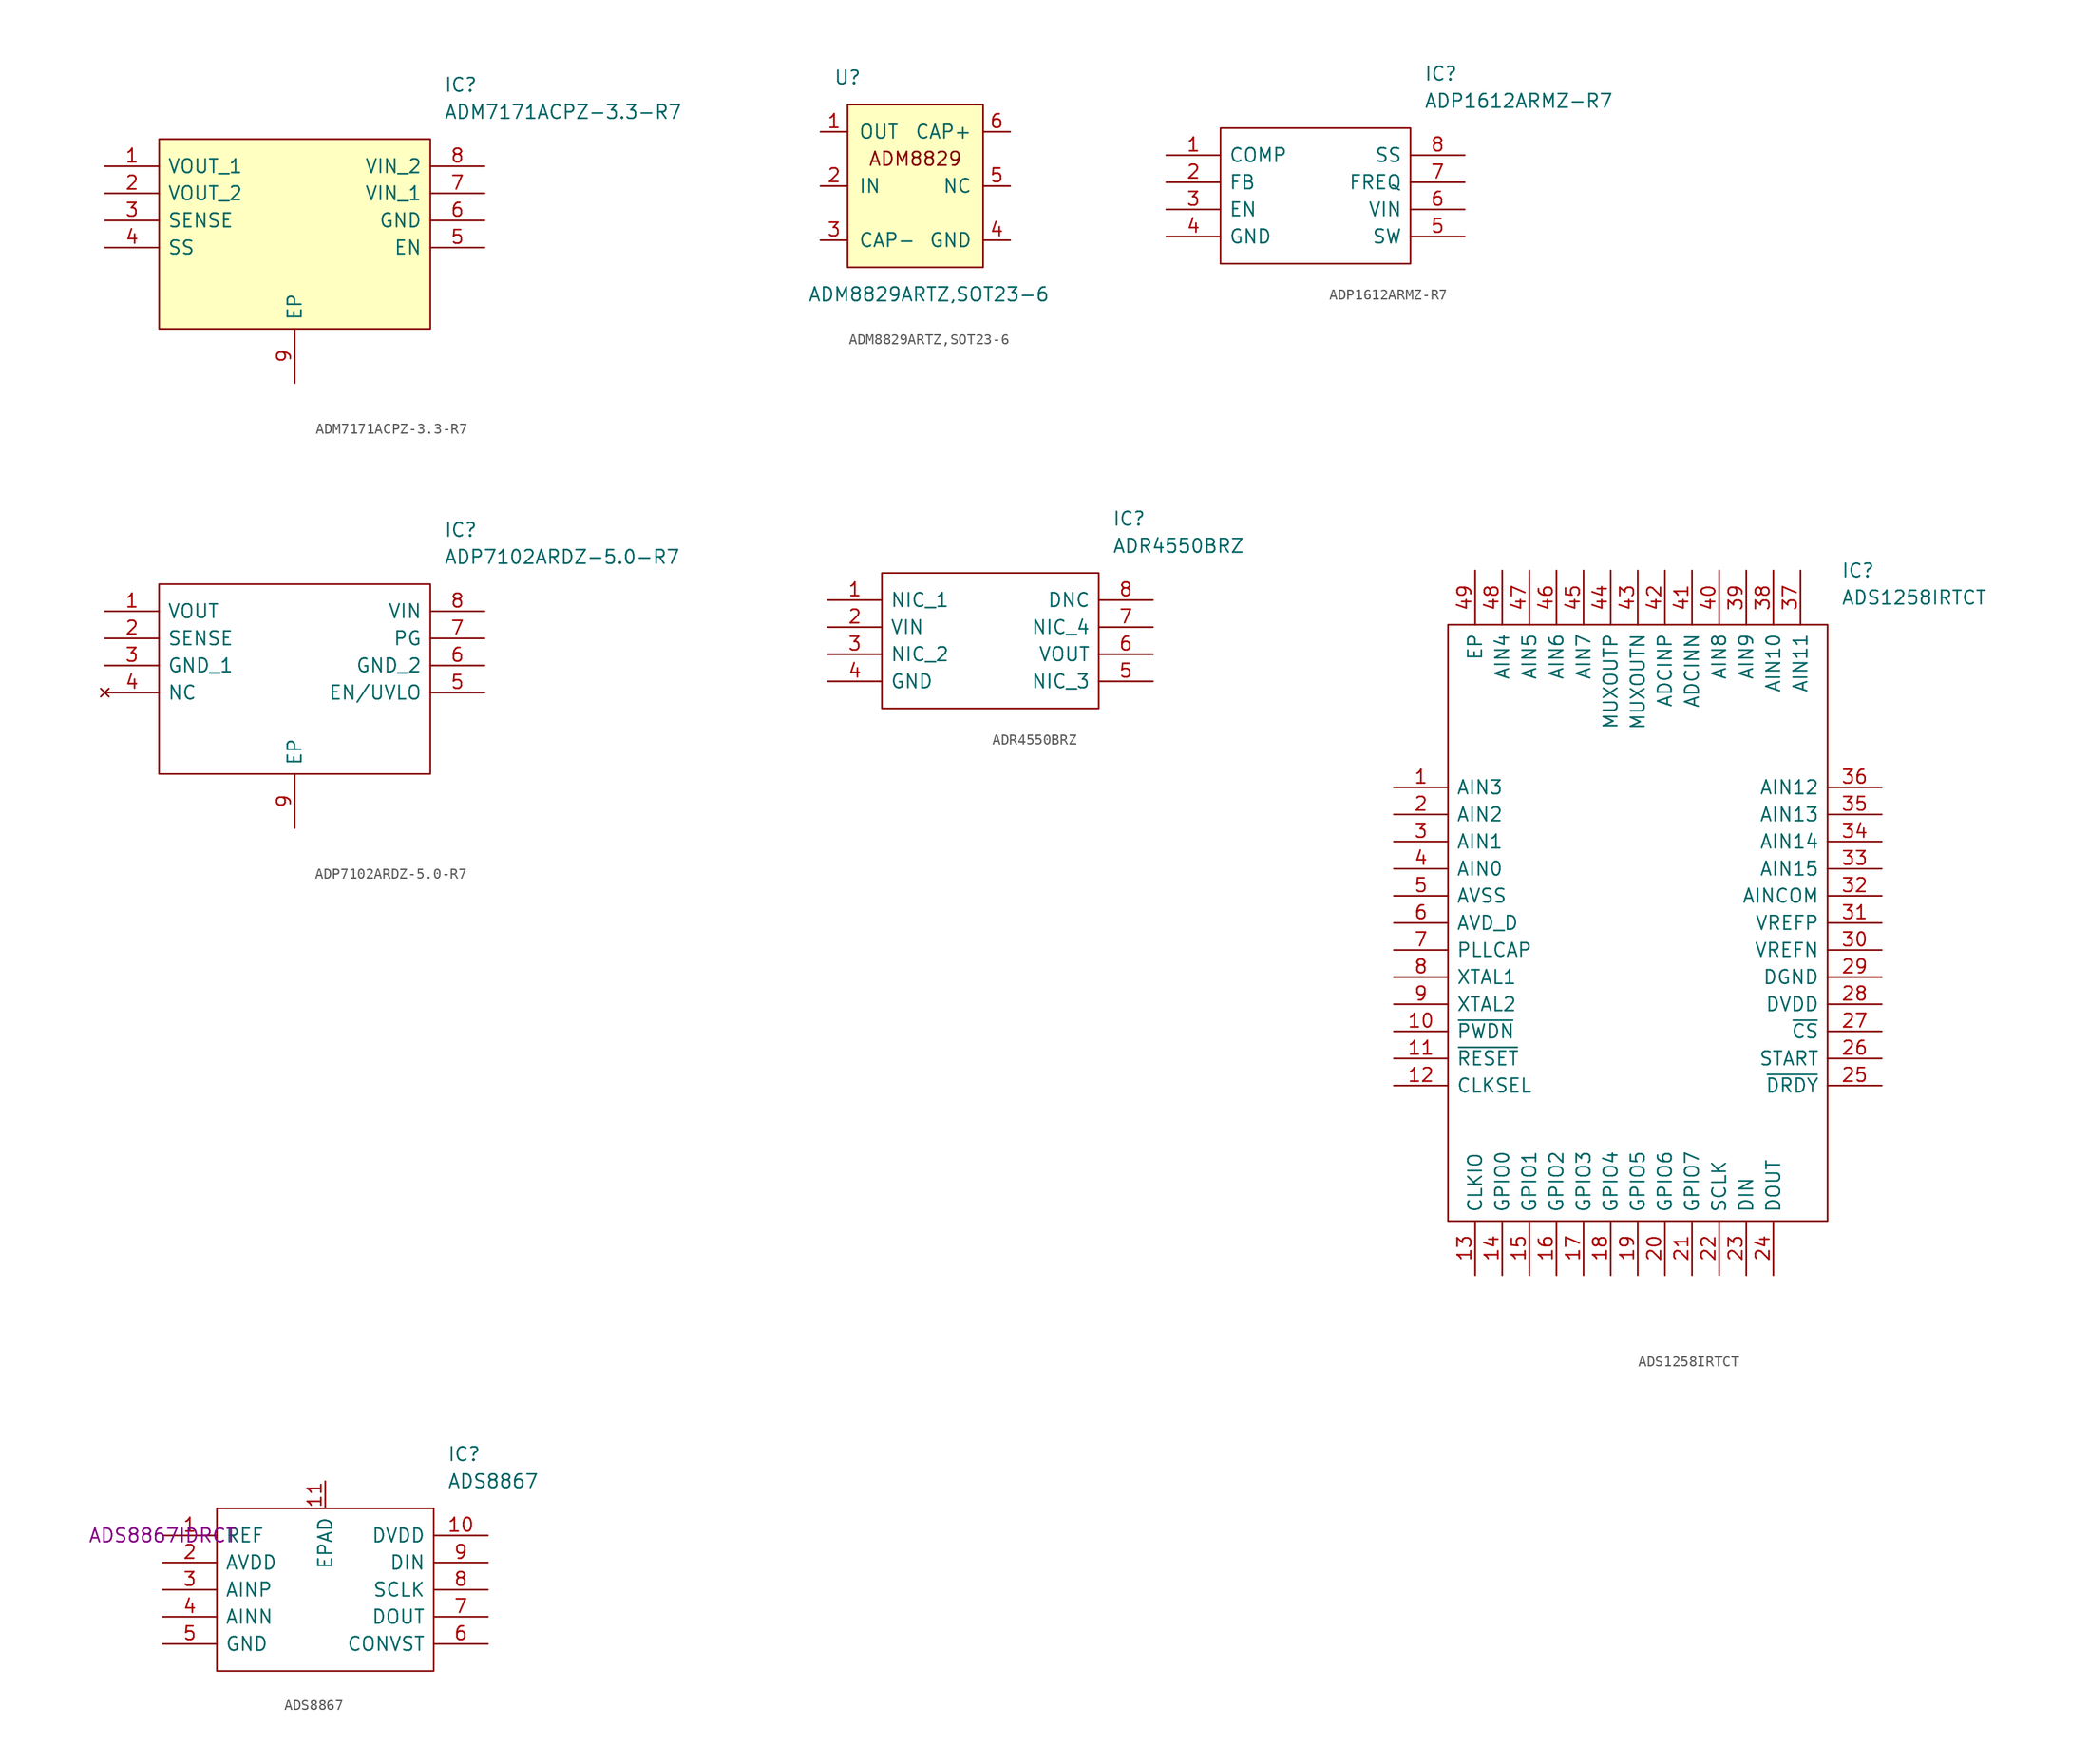
<source format=kicad_sym>
(kicad_symbol_lib
  (version 20220914)
  (generator kicad_symbol_editor)
  (symbol "ADM7171ACPZ-3.3-R7"
    (pin_names
      (offset 0.762))
    (property "Reference" "IC"
      (at 31.75 7.62 0)
      (effects (font (size 1.27 1.27)) (justify left)))
    (property "Value" "ADM7171ACPZ-3.3-R7"
      (at 31.75 5.08 0)
      (effects (font (size 1.27 1.27)) (justify left)))
    (symbol "ADM7171ACPZ-3.3-R7_0_0"
      (pin passive line (at 0 0 0) (length 5.08) (name "VOUT_1" (effects (font (size 1.27 1.27)))) (number "1" (effects (font (size 1.27 1.27)))))
      (pin passive line (at 0 -2.54 0) (length 5.08) (name "VOUT_2" (effects (font (size 1.27 1.27)))) (number "2" (effects (font (size 1.27 1.27)))))
      (pin passive line (at 0 -5.08 0) (length 5.08) (name "SENSE" (effects (font (size 1.27 1.27)))) (number "3" (effects (font (size 1.27 1.27)))))
      (pin passive line (at 0 -7.62 0) (length 5.08) (name "SS" (effects (font (size 1.27 1.27)))) (number "4" (effects (font (size 1.27 1.27)))))
      (pin passive line (at 35.56 -7.62 180) (length 5.08) (name "EN" (effects (font (size 1.27 1.27)))) (number "5" (effects (font (size 1.27 1.27)))))
      (pin passive line (at 35.56 -5.08 180) (length 5.08) (name "GND" (effects (font (size 1.27 1.27)))) (number "6" (effects (font (size 1.27 1.27)))))
      (pin passive line (at 35.56 -2.54 180) (length 5.08) (name "VIN_1" (effects (font (size 1.27 1.27)))) (number "7" (effects (font (size 1.27 1.27)))))
      (pin passive line (at 35.56 0 180) (length 5.08) (name "VIN_2" (effects (font (size 1.27 1.27)))) (number "8" (effects (font (size 1.27 1.27)))))
      (pin passive line (at 17.78 -20.32 90) (length 5.08) (name "EP" (effects (font (size 1.27 1.27)))) (number "9" (effects (font (size 1.27 1.27))))))
    (symbol "ADM7171ACPZ-3.3-R7_0_1"
      (polyline (pts (xy 5.08 2.54) (xy 30.48 2.54) (xy 30.48 -15.24) (xy 5.08 -15.24) (xy 5.08 2.54)) (stroke (width 0.152) (type default)) (fill (type background)))))
  (symbol "ADM8829ARTZ,SOT23-6"
    (pin_names
      (offset 1.016))
    (property "Reference" "U"
      (at -7.62 10.16 0)
      (effects (font (size 1.27 1.27))))
    (property "Value" "ADM8829ARTZ,SOT23-6"
      (at 0 -10.16 0)
      (effects (font (size 1.27 1.27))))
    (symbol "ADM8829ARTZ,SOT23-6_0_0"
      (text "ADM8829" (at -1.27 2.54 0) (effects (font (size 1.27 1.27)))))
    (symbol "ADM8829ARTZ,SOT23-6_0_1"
      (rectangle (start -7.62 7.62) (end 5.08 -7.62) (stroke (width 0) (type default)) (fill (type background))))
    (symbol "ADM8829ARTZ,SOT23-6_1_1"
      (pin passive line (at -10.16 5.08 0) (length 2.54) (name "OUT" (effects (font (size 1.27 1.27)))) (number "1" (effects (font (size 1.27 1.27)))))
      (pin passive line (at -10.16 0 0) (length 2.54) (name "IN" (effects (font (size 1.27 1.27)))) (number "2" (effects (font (size 1.27 1.27)))))
      (pin passive line (at -10.16 -5.08 0) (length 2.54) (name "CAP-" (effects (font (size 1.27 1.27)))) (number "3" (effects (font (size 1.27 1.27)))))
      (pin passive line (at 7.62 -5.08 180) (length 2.54) (name "GND" (effects (font (size 1.27 1.27)))) (number "4" (effects (font (size 1.27 1.27)))))
      (pin passive line (at 7.62 0 180) (length 2.54) (name "NC" (effects (font (size 1.27 1.27)))) (number "5" (effects (font (size 1.27 1.27)))))
      (pin passive line (at 7.62 5.08 180) (length 2.54) (name "CAP+" (effects (font (size 1.27 1.27)))) (number "6" (effects (font (size 1.27 1.27)))))))
  (symbol "ADP1612ARMZ-R7"
    (pin_names
      (offset 0.762))
    (property "Reference" "IC"
      (at 24.13 7.62 0)
      (effects (font (size 1.27 1.27)) (justify left)))
    (property "Value" "ADP1612ARMZ-R7"
      (at 24.13 5.08 0)
      (effects (font (size 1.27 1.27)) (justify left)))
    (symbol "ADP1612ARMZ-R7_0_0"
      (pin unspecified line (at 0 0 0) (length 5.08) (name "COMP" (effects (font (size 1.27 1.27)))) (number "1" (effects (font (size 1.27 1.27)))))
      (pin unspecified line (at 0 -2.54 0) (length 5.08) (name "FB" (effects (font (size 1.27 1.27)))) (number "2" (effects (font (size 1.27 1.27)))))
      (pin unspecified line (at 0 -5.08 0) (length 5.08) (name "EN" (effects (font (size 1.27 1.27)))) (number "3" (effects (font (size 1.27 1.27)))))
      (pin unspecified line (at 0 -7.62 0) (length 5.08) (name "GND" (effects (font (size 1.27 1.27)))) (number "4" (effects (font (size 1.27 1.27)))))
      (pin unspecified line (at 27.94 -7.62 180) (length 5.08) (name "SW" (effects (font (size 1.27 1.27)))) (number "5" (effects (font (size 1.27 1.27)))))
      (pin unspecified line (at 27.94 -5.08 180) (length 5.08) (name "VIN" (effects (font (size 1.27 1.27)))) (number "6" (effects (font (size 1.27 1.27)))))
      (pin unspecified line (at 27.94 -2.54 180) (length 5.08) (name "FREQ" (effects (font (size 1.27 1.27)))) (number "7" (effects (font (size 1.27 1.27)))))
      (pin unspecified line (at 27.94 0 180) (length 5.08) (name "SS" (effects (font (size 1.27 1.27)))) (number "8" (effects (font (size 1.27 1.27))))))
    (symbol "ADP1612ARMZ-R7_0_1"
      (polyline (pts (xy 5.08 2.54) (xy 22.86 2.54) (xy 22.86 -10.16) (xy 5.08 -10.16) (xy 5.08 2.54)) (stroke (width 0.152) (type default)) (fill (type none)))))
  (symbol "ADP7102ARDZ-5.0-R7"
    (pin_names
      (offset 0.762))
    (property "Reference" "IC"
      (at 31.75 7.62 0)
      (effects (font (size 1.27 1.27)) (justify left)))
    (property "Value" "ADP7102ARDZ-5.0-R7"
      (at 31.75 5.08 0)
      (effects (font (size 1.27 1.27)) (justify left)))
    (symbol "ADP7102ARDZ-5.0-R7_0_0"
      (pin output line (at 0 0 0) (length 5.08) (name "VOUT" (effects (font (size 1.27 1.27)))) (number "1" (effects (font (size 1.27 1.27)))))
      (pin unspecified line (at 0 -2.54 0) (length 5.08) (name "SENSE" (effects (font (size 1.27 1.27)))) (number "2" (effects (font (size 1.27 1.27)))))
      (pin power_in line (at 0 -5.08 0) (length 5.08) (name "GND_1" (effects (font (size 1.27 1.27)))) (number "3" (effects (font (size 1.27 1.27)))))
      (pin no_connect line (at 0 -7.62 0) (length 5.08) (name "NC" (effects (font (size 1.27 1.27)))) (number "4" (effects (font (size 1.27 1.27)))))
      (pin unspecified line (at 35.56 -7.62 180) (length 5.08) (name "EN/UVLO" (effects (font (size 1.27 1.27)))) (number "5" (effects (font (size 1.27 1.27)))))
      (pin power_in line (at 35.56 -5.08 180) (length 5.08) (name "GND_2" (effects (font (size 1.27 1.27)))) (number "6" (effects (font (size 1.27 1.27)))))
      (pin unspecified line (at 35.56 -2.54 180) (length 5.08) (name "PG" (effects (font (size 1.27 1.27)))) (number "7" (effects (font (size 1.27 1.27)))))
      (pin input line (at 35.56 0 180) (length 5.08) (name "VIN" (effects (font (size 1.27 1.27)))) (number "8" (effects (font (size 1.27 1.27)))))
      (pin power_in line (at 17.78 -20.32 90) (length 5.08) (name "EP" (effects (font (size 1.27 1.27)))) (number "9" (effects (font (size 1.27 1.27))))))
    (symbol "ADP7102ARDZ-5.0-R7_0_1"
      (polyline (pts (xy 5.08 2.54) (xy 30.48 2.54) (xy 30.48 -15.24) (xy 5.08 -15.24) (xy 5.08 2.54)) (stroke (width 0.152) (type default)) (fill (type none)))))
  (symbol "ADR4550BRZ"
    (pin_names
      (offset 0.762))
    (property "Reference" "IC"
      (at 26.67 7.62 0)
      (effects (font (size 1.27 1.27)) (justify left)))
    (property "Value" "ADR4550BRZ"
      (at 26.67 5.08 0)
      (effects (font (size 1.27 1.27)) (justify left)))
    (symbol "ADR4550BRZ_0_0"
      (pin unspecified line (at 0 0 0) (length 5.08) (name "NIC_1" (effects (font (size 1.27 1.27)))) (number "1" (effects (font (size 1.27 1.27)))))
      (pin unspecified line (at 0 -2.54 0) (length 5.08) (name "VIN" (effects (font (size 1.27 1.27)))) (number "2" (effects (font (size 1.27 1.27)))))
      (pin unspecified line (at 0 -5.08 0) (length 5.08) (name "NIC_2" (effects (font (size 1.27 1.27)))) (number "3" (effects (font (size 1.27 1.27)))))
      (pin unspecified line (at 0 -7.62 0) (length 5.08) (name "GND" (effects (font (size 1.27 1.27)))) (number "4" (effects (font (size 1.27 1.27)))))
      (pin unspecified line (at 30.48 -7.62 180) (length 5.08) (name "NIC_3" (effects (font (size 1.27 1.27)))) (number "5" (effects (font (size 1.27 1.27)))))
      (pin unspecified line (at 30.48 -5.08 180) (length 5.08) (name "VOUT" (effects (font (size 1.27 1.27)))) (number "6" (effects (font (size 1.27 1.27)))))
      (pin unspecified line (at 30.48 -2.54 180) (length 5.08) (name "NIC_4" (effects (font (size 1.27 1.27)))) (number "7" (effects (font (size 1.27 1.27)))))
      (pin unspecified line (at 30.48 0 180) (length 5.08) (name "DNC" (effects (font (size 1.27 1.27)))) (number "8" (effects (font (size 1.27 1.27))))))
    (symbol "ADR4550BRZ_0_1"
      (polyline (pts (xy 5.08 2.54) (xy 25.4 2.54) (xy 25.4 -10.16) (xy 5.08 -10.16) (xy 5.08 2.54)) (stroke (width 0.152) (type default)) (fill (type none)))))
  (symbol "ADS1258IRTCT"
    (pin_names
      (offset 0.762))
    (property "Reference" "IC"
      (at 41.91 20.32 0)
      (effects (font (size 1.27 1.27)) (justify left)))
    (property "Value" "ADS1258IRTCT"
      (at 41.91 17.78 0)
      (effects (font (size 1.27 1.27)) (justify left)))
    (symbol "ADS1258IRTCT_0_0"
      (pin bidirectional line (at 0 0 0) (length 5.08) (name "AIN3" (effects (font (size 1.27 1.27)))) (number "1" (effects (font (size 1.27 1.27)))))
      (pin bidirectional line (at 0 -22.86 0) (length 5.08) (name "~{PWDN}" (effects (font (size 1.27 1.27)))) (number "10" (effects (font (size 1.27 1.27)))))
      (pin bidirectional line (at 0 -25.4 0) (length 5.08) (name "~{RESET}" (effects (font (size 1.27 1.27)))) (number "11" (effects (font (size 1.27 1.27)))))
      (pin bidirectional line (at 0 -27.94 0) (length 5.08) (name "CLKSEL" (effects (font (size 1.27 1.27)))) (number "12" (effects (font (size 1.27 1.27)))))
      (pin bidirectional line (at 7.62 -45.72 90) (length 5.08) (name "CLKIO" (effects (font (size 1.27 1.27)))) (number "13" (effects (font (size 1.27 1.27)))))
      (pin bidirectional line (at 10.16 -45.72 90) (length 5.08) (name "GPIO0" (effects (font (size 1.27 1.27)))) (number "14" (effects (font (size 1.27 1.27)))))
      (pin bidirectional line (at 12.7 -45.72 90) (length 5.08) (name "GPIO1" (effects (font (size 1.27 1.27)))) (number "15" (effects (font (size 1.27 1.27)))))
      (pin bidirectional line (at 15.24 -45.72 90) (length 5.08) (name "GPIO2" (effects (font (size 1.27 1.27)))) (number "16" (effects (font (size 1.27 1.27)))))
      (pin bidirectional line (at 17.78 -45.72 90) (length 5.08) (name "GPIO3" (effects (font (size 1.27 1.27)))) (number "17" (effects (font (size 1.27 1.27)))))
      (pin bidirectional line (at 20.32 -45.72 90) (length 5.08) (name "GPIO4" (effects (font (size 1.27 1.27)))) (number "18" (effects (font (size 1.27 1.27)))))
      (pin bidirectional line (at 22.86 -45.72 90) (length 5.08) (name "GPIO5" (effects (font (size 1.27 1.27)))) (number "19" (effects (font (size 1.27 1.27)))))
      (pin bidirectional line (at 0 -2.54 0) (length 5.08) (name "AIN2" (effects (font (size 1.27 1.27)))) (number "2" (effects (font (size 1.27 1.27)))))
      (pin bidirectional line (at 25.4 -45.72 90) (length 5.08) (name "GPIO6" (effects (font (size 1.27 1.27)))) (number "20" (effects (font (size 1.27 1.27)))))
      (pin bidirectional line (at 27.94 -45.72 90) (length 5.08) (name "GPIO7" (effects (font (size 1.27 1.27)))) (number "21" (effects (font (size 1.27 1.27)))))
      (pin bidirectional line (at 30.48 -45.72 90) (length 5.08) (name "SCLK" (effects (font (size 1.27 1.27)))) (number "22" (effects (font (size 1.27 1.27)))))
      (pin bidirectional line (at 33.02 -45.72 90) (length 5.08) (name "DIN" (effects (font (size 1.27 1.27)))) (number "23" (effects (font (size 1.27 1.27)))))
      (pin bidirectional line (at 35.56 -45.72 90) (length 5.08) (name "DOUT" (effects (font (size 1.27 1.27)))) (number "24" (effects (font (size 1.27 1.27)))))
      (pin bidirectional line (at 45.72 -27.94 180) (length 5.08) (name "~{DRDY}" (effects (font (size 1.27 1.27)))) (number "25" (effects (font (size 1.27 1.27)))))
      (pin bidirectional line (at 45.72 -25.4 180) (length 5.08) (name "START" (effects (font (size 1.27 1.27)))) (number "26" (effects (font (size 1.27 1.27)))))
      (pin bidirectional line (at 45.72 -22.86 180) (length 5.08) (name "~{CS}" (effects (font (size 1.27 1.27)))) (number "27" (effects (font (size 1.27 1.27)))))
      (pin bidirectional line (at 45.72 -20.32 180) (length 5.08) (name "DVDD" (effects (font (size 1.27 1.27)))) (number "28" (effects (font (size 1.27 1.27)))))
      (pin bidirectional line (at 45.72 -17.78 180) (length 5.08) (name "DGND" (effects (font (size 1.27 1.27)))) (number "29" (effects (font (size 1.27 1.27)))))
      (pin bidirectional line (at 0 -5.08 0) (length 5.08) (name "AIN1" (effects (font (size 1.27 1.27)))) (number "3" (effects (font (size 1.27 1.27)))))
      (pin bidirectional line (at 45.72 -15.24 180) (length 5.08) (name "VREFN" (effects (font (size 1.27 1.27)))) (number "30" (effects (font (size 1.27 1.27)))))
      (pin bidirectional line (at 45.72 -12.7 180) (length 5.08) (name "VREFP" (effects (font (size 1.27 1.27)))) (number "31" (effects (font (size 1.27 1.27)))))
      (pin bidirectional line (at 45.72 -10.16 180) (length 5.08) (name "AINCOM" (effects (font (size 1.27 1.27)))) (number "32" (effects (font (size 1.27 1.27)))))
      (pin bidirectional line (at 45.72 -7.62 180) (length 5.08) (name "AIN15" (effects (font (size 1.27 1.27)))) (number "33" (effects (font (size 1.27 1.27)))))
      (pin bidirectional line (at 45.72 -5.08 180) (length 5.08) (name "AIN14" (effects (font (size 1.27 1.27)))) (number "34" (effects (font (size 1.27 1.27)))))
      (pin bidirectional line (at 45.72 -2.54 180) (length 5.08) (name "AIN13" (effects (font (size 1.27 1.27)))) (number "35" (effects (font (size 1.27 1.27)))))
      (pin bidirectional line (at 45.72 0 180) (length 5.08) (name "AIN12" (effects (font (size 1.27 1.27)))) (number "36" (effects (font (size 1.27 1.27)))))
      (pin bidirectional line (at 38.1 20.32 270) (length 5.08) (name "AIN11" (effects (font (size 1.27 1.27)))) (number "37" (effects (font (size 1.27 1.27)))))
      (pin bidirectional line (at 35.56 20.32 270) (length 5.08) (name "AIN10" (effects (font (size 1.27 1.27)))) (number "38" (effects (font (size 1.27 1.27)))))
      (pin bidirectional line (at 33.02 20.32 270) (length 5.08) (name "AIN9" (effects (font (size 1.27 1.27)))) (number "39" (effects (font (size 1.27 1.27)))))
      (pin bidirectional line (at 0 -7.62 0) (length 5.08) (name "AIN0" (effects (font (size 1.27 1.27)))) (number "4" (effects (font (size 1.27 1.27)))))
      (pin bidirectional line (at 30.48 20.32 270) (length 5.08) (name "AIN8" (effects (font (size 1.27 1.27)))) (number "40" (effects (font (size 1.27 1.27)))))
      (pin bidirectional line (at 27.94 20.32 270) (length 5.08) (name "ADCINN" (effects (font (size 1.27 1.27)))) (number "41" (effects (font (size 1.27 1.27)))))
      (pin bidirectional line (at 25.4 20.32 270) (length 5.08) (name "ADCINP" (effects (font (size 1.27 1.27)))) (number "42" (effects (font (size 1.27 1.27)))))
      (pin bidirectional line (at 22.86 20.32 270) (length 5.08) (name "MUXOUTN" (effects (font (size 1.27 1.27)))) (number "43" (effects (font (size 1.27 1.27)))))
      (pin bidirectional line (at 20.32 20.32 270) (length 5.08) (name "MUXOUTP" (effects (font (size 1.27 1.27)))) (number "44" (effects (font (size 1.27 1.27)))))
      (pin bidirectional line (at 17.78 20.32 270) (length 5.08) (name "AIN7" (effects (font (size 1.27 1.27)))) (number "45" (effects (font (size 1.27 1.27)))))
      (pin bidirectional line (at 15.24 20.32 270) (length 5.08) (name "AIN6" (effects (font (size 1.27 1.27)))) (number "46" (effects (font (size 1.27 1.27)))))
      (pin bidirectional line (at 12.7 20.32 270) (length 5.08) (name "AIN5" (effects (font (size 1.27 1.27)))) (number "47" (effects (font (size 1.27 1.27)))))
      (pin bidirectional line (at 10.16 20.32 270) (length 5.08) (name "AIN4" (effects (font (size 1.27 1.27)))) (number "48" (effects (font (size 1.27 1.27)))))
      (pin bidirectional line (at 7.62 20.32 270) (length 5.08) (name "EP" (effects (font (size 1.27 1.27)))) (number "49" (effects (font (size 1.27 1.27)))))
      (pin bidirectional line (at 0 -10.16 0) (length 5.08) (name "AVSS" (effects (font (size 1.27 1.27)))) (number "5" (effects (font (size 1.27 1.27)))))
      (pin bidirectional line (at 0 -12.7 0) (length 5.08) (name "AVD_D" (effects (font (size 1.27 1.27)))) (number "6" (effects (font (size 1.27 1.27)))))
      (pin bidirectional line (at 0 -15.24 0) (length 5.08) (name "PLLCAP" (effects (font (size 1.27 1.27)))) (number "7" (effects (font (size 1.27 1.27)))))
      (pin bidirectional line (at 0 -17.78 0) (length 5.08) (name "XTAL1" (effects (font (size 1.27 1.27)))) (number "8" (effects (font (size 1.27 1.27)))))
      (pin bidirectional line (at 0 -20.32 0) (length 5.08) (name "XTAL2" (effects (font (size 1.27 1.27)))) (number "9" (effects (font (size 1.27 1.27))))))
    (symbol "ADS1258IRTCT_0_1"
      (polyline (pts (xy 5.08 15.24) (xy 40.64 15.24) (xy 40.64 -40.64) (xy 5.08 -40.64) (xy 5.08 15.24)) (stroke (width 0.152) (type default)) (fill (type none)))))
  (symbol "ADS8867"
    (pin_names
      (offset 0.762))
    (property "Reference" "IC"
      (at 26.67 7.62 0)
      (effects (font (size 1.27 1.27)) (justify left)))
    (property "Value" "ADS8867"
      (at 26.67 5.08 0)
      (effects (font (size 1.27 1.27)) (justify left)))
    (property "MFG ID" "ADS8867IDRCT"
      (at 0 0 0)
      (effects (font (size 1.27 1.27))))
    (symbol "ADS8867_0_0"
      (pin passive line (at 0 0 0) (length 5.08) (name "REF" (effects (font (size 1.27 1.27)))) (number "1" (effects (font (size 1.27 1.27)))))
      (pin passive line (at 30.48 0 180) (length 5.08) (name "DVDD" (effects (font (size 1.27 1.27)))) (number "10" (effects (font (size 1.27 1.27)))))
      (pin passive line (at 0 -2.54 0) (length 5.08) (name "AVDD" (effects (font (size 1.27 1.27)))) (number "2" (effects (font (size 1.27 1.27)))))
      (pin passive line (at 0 -5.08 0) (length 5.08) (name "AINP" (effects (font (size 1.27 1.27)))) (number "3" (effects (font (size 1.27 1.27)))))
      (pin passive line (at 0 -7.62 0) (length 5.08) (name "AINN" (effects (font (size 1.27 1.27)))) (number "4" (effects (font (size 1.27 1.27)))))
      (pin passive line (at 0 -10.16 0) (length 5.08) (name "GND" (effects (font (size 1.27 1.27)))) (number "5" (effects (font (size 1.27 1.27)))))
      (pin passive line (at 30.48 -10.16 180) (length 5.08) (name "CONVST" (effects (font (size 1.27 1.27)))) (number "6" (effects (font (size 1.27 1.27)))))
      (pin passive line (at 30.48 -7.62 180) (length 5.08) (name "DOUT" (effects (font (size 1.27 1.27)))) (number "7" (effects (font (size 1.27 1.27)))))
      (pin passive line (at 30.48 -5.08 180) (length 5.08) (name "SCLK" (effects (font (size 1.27 1.27)))) (number "8" (effects (font (size 1.27 1.27)))))
      (pin passive line (at 30.48 -2.54 180) (length 5.08) (name "DIN" (effects (font (size 1.27 1.27)))) (number "9" (effects (font (size 1.27 1.27))))))
    (symbol "ADS8867_0_1"
      (polyline (pts (xy 5.08 2.54) (xy 25.4 2.54) (xy 25.4 -12.7) (xy 5.08 -12.7) (xy 5.08 2.54)) (stroke (width 0.152) (type default)) (fill (type none))))
    (symbol "ADS8867_1_1"
      (pin input line (at 15.24 5.08 270) (length 2.54) (name "EPAD" (effects (font (size 1.27 1.27)))) (number "11" (effects (font (size 1.27 1.27))))))))
</source>
